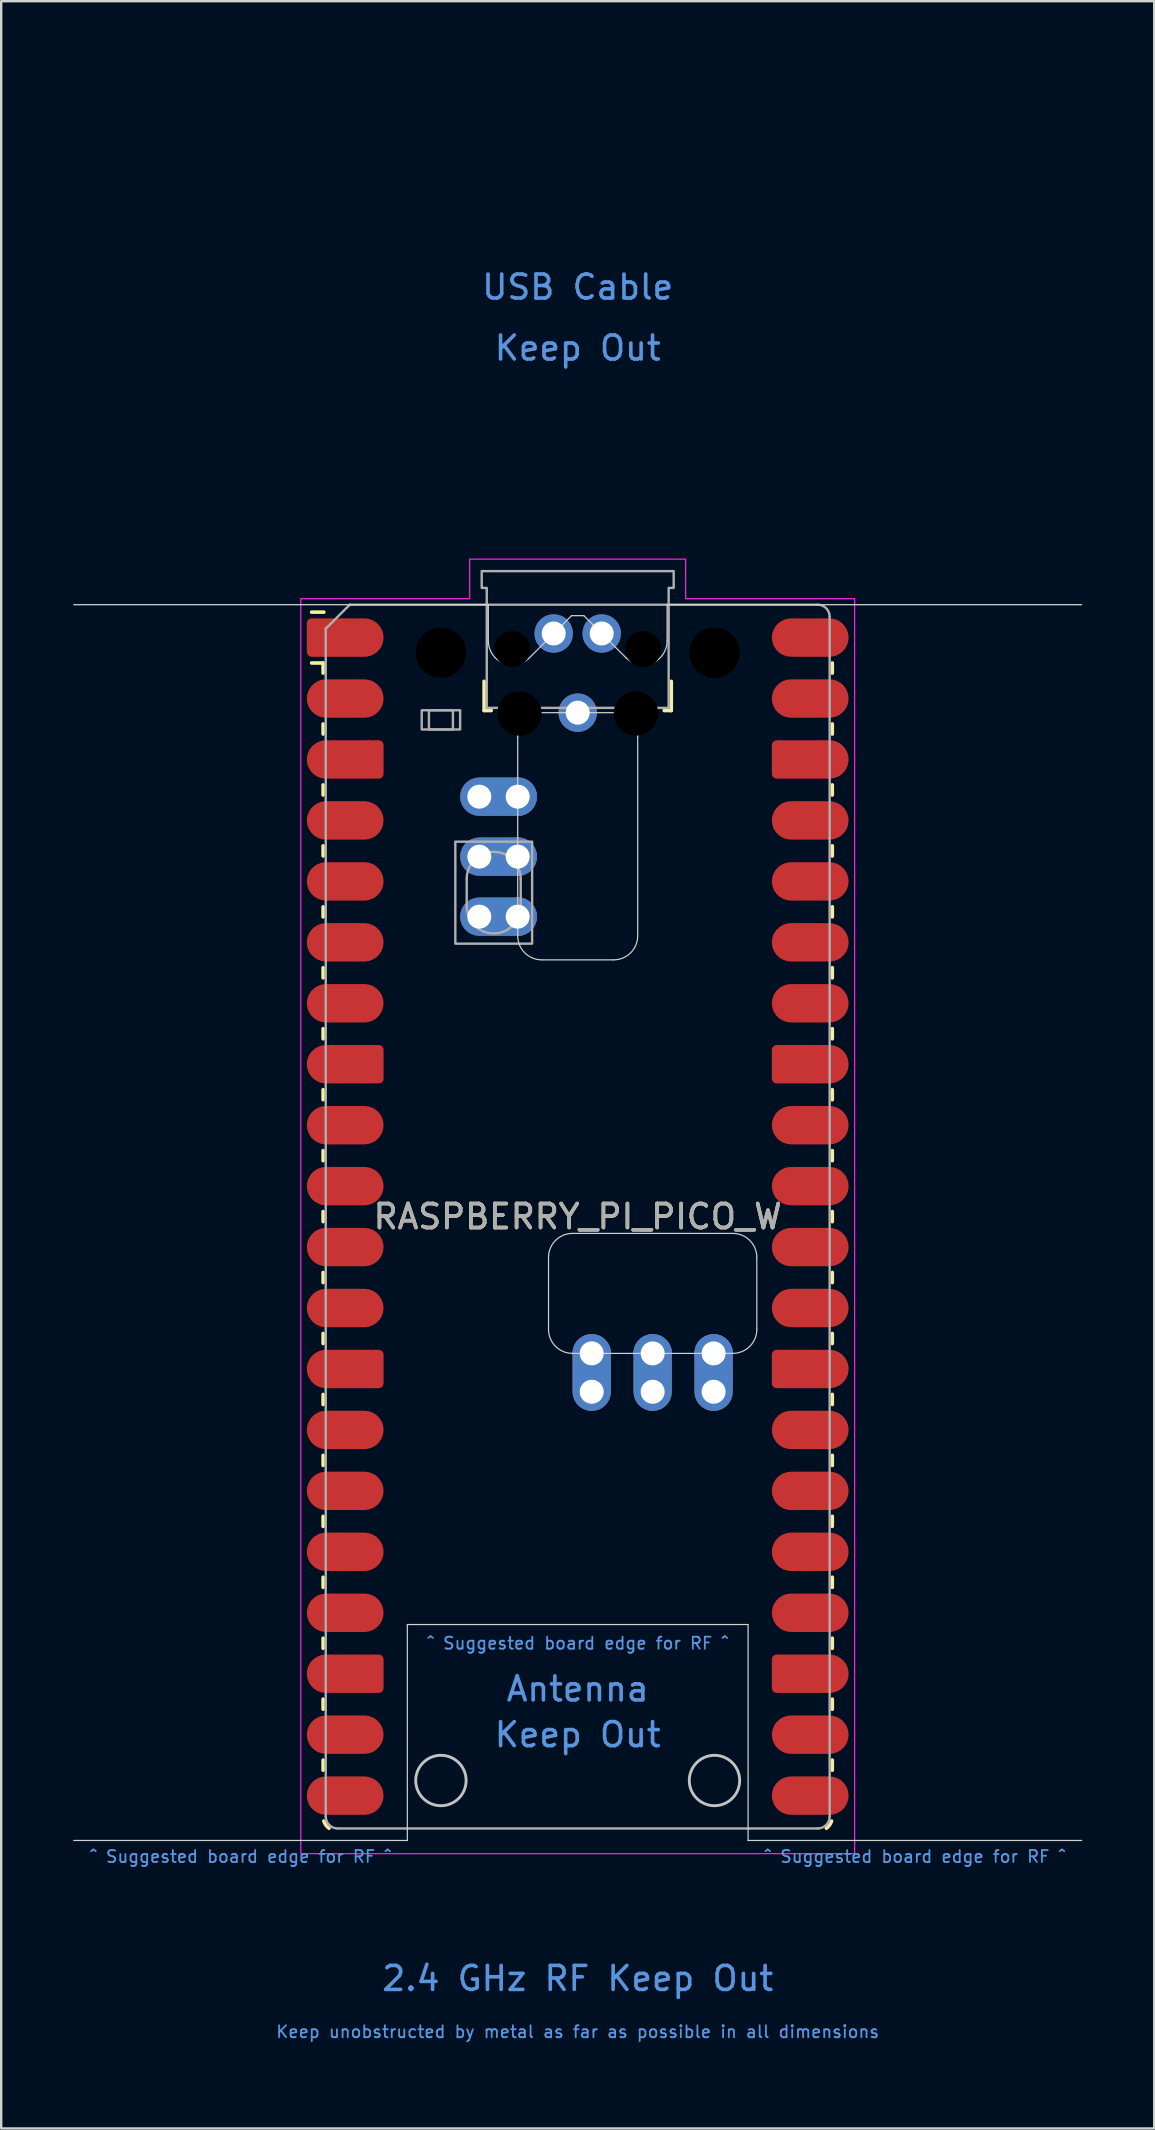
<source format=kicad_pcb>
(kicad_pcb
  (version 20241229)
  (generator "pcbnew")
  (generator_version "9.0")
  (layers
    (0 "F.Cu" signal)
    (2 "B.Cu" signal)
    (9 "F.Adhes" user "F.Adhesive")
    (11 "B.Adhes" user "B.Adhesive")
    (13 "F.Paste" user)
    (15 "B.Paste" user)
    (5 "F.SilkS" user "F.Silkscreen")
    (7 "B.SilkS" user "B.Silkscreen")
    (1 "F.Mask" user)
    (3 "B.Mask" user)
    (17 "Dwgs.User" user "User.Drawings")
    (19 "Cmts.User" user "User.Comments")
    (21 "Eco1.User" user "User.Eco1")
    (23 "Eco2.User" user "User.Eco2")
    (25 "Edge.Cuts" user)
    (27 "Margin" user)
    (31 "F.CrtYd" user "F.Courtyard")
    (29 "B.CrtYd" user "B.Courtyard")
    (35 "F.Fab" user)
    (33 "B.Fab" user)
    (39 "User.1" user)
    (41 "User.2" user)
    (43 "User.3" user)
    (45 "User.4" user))
  (footprint "RASPBERRY_PI_PICO_W"
    (layer "F.Cu")
    (at 21.025 47.65)
    (property "Reference" "RASPBERRY_PI_PICO_W" (at 0 0 0) (layer "F.SilkS") (effects (font (size 1 1) (thickness 0.15))))
    (attr smd)
    (fp_line (start -10.61 -23.07) (end -11.09 -23.07) (stroke (width 0.15) (type solid)) (layer "F.SilkS"))
    (fp_line (start -10.61 -23.07) (end -10.61 -22.65) (stroke (width 0.15) (type solid)) (layer "F.SilkS"))
    (fp_line (start -10.61 -20.53) (end -10.61 -20.11) (stroke (width 0.15) (type solid)) (layer "F.SilkS"))
    (fp_line (start -10.61 -17.99) (end -10.61 -17.57) (stroke (width 0.15) (type solid)) (layer "F.SilkS"))
    (fp_line (start -10.61 -15.45) (end -10.61 -15.03) (stroke (width 0.15) (type solid)) (layer "F.SilkS"))
    (fp_line (start -10.61 -12.91) (end -10.61 -12.49) (stroke (width 0.15) (type solid)) (layer "F.SilkS"))
    (fp_line (start -10.61 -10.37) (end -10.61 -9.95) (stroke (width 0.15) (type solid)) (layer "F.SilkS"))
    (fp_line (start -10.61 -7.83) (end -10.61 -7.41) (stroke (width 0.15) (type solid)) (layer "F.SilkS"))
    (fp_line (start -10.61 -5.29) (end -10.61 -4.87) (stroke (width 0.15) (type solid)) (layer "F.SilkS"))
    (fp_line (start -10.61 -2.75) (end -10.61 -2.33) (stroke (width 0.15) (type solid)) (layer "F.SilkS"))
    (fp_line (start -10.61 -0.21) (end -10.61 0.21) (stroke (width 0.15) (type solid)) (layer "F.SilkS"))
    (fp_line (start -10.61 2.33) (end -10.61 2.75) (stroke (width 0.15) (type solid)) (layer "F.SilkS"))
    (fp_line (start -10.61 4.87) (end -10.61 5.29) (stroke (width 0.15) (type solid)) (layer "F.SilkS"))
    (fp_line (start -10.61 7.41) (end -10.61 7.83) (stroke (width 0.15) (type solid)) (layer "F.SilkS"))
    (fp_line (start -10.61 9.95) (end -10.61 10.37) (stroke (width 0.15) (type solid)) (layer "F.SilkS"))
    (fp_line (start -10.61 12.49) (end -10.61 12.91) (stroke (width 0.15) (type solid)) (layer "F.SilkS"))
    (fp_line (start -10.61 15.03) (end -10.61 15.45) (stroke (width 0.15) (type solid)) (layer "F.SilkS"))
    (fp_line (start -10.61 17.57) (end -10.61 17.99) (stroke (width 0.15) (type solid)) (layer "F.SilkS"))
    (fp_line (start -10.61 20.11) (end -10.61 20.53) (stroke (width 0.15) (type solid)) (layer "F.SilkS"))
    (fp_line (start -10.61 22.65) (end -10.61 23.07) (stroke (width 0.15) (type solid)) (layer "F.SilkS"))
    (fp_line (start -10.58 -25.19) (end -11.09 -25.19) (stroke (width 0.15) (type solid)) (layer "F.SilkS"))
    (fp_line (start -3.9 -22.306) (end -3.9 -21.09) (stroke (width 0.15) (type solid)) (layer "F.SilkS"))
    (fp_line (start -3.9 -21.09) (end -3.604 -21.09) (stroke (width 0.15) (type solid)) (layer "F.SilkS"))
    (fp_line (start 3.604 -21.09) (end 3.9 -21.09) (stroke (width 0.15) (type solid)) (layer "F.SilkS"))
    (fp_line (start 3.9 -22.306) (end 3.9 -21.09) (stroke (width 0.15) (type solid)) (layer "F.SilkS"))
    (fp_line (start 10.61 -23.07) (end 10.61 -22.65) (stroke (width 0.15) (type solid)) (layer "F.SilkS"))
    (fp_line (start 10.61 -20.53) (end 10.61 -20.11) (stroke (width 0.15) (type solid)) (layer "F.SilkS"))
    (fp_line (start 10.61 -17.99) (end 10.61 -17.57) (stroke (width 0.15) (type solid)) (layer "F.SilkS"))
    (fp_line (start 10.61 -15.45) (end 10.61 -15.03) (stroke (width 0.15) (type solid)) (layer "F.SilkS"))
    (fp_line (start 10.61 -12.91) (end 10.61 -12.49) (stroke (width 0.15) (type solid)) (layer "F.SilkS"))
    (fp_line (start 10.61 -10.37) (end 10.61 -9.95) (stroke (width 0.15) (type solid)) (layer "F.SilkS"))
    (fp_line (start 10.61 -7.83) (end 10.61 -7.41) (stroke (width 0.15) (type solid)) (layer "F.SilkS"))
    (fp_line (start 10.61 -5.29) (end 10.61 -4.87) (stroke (width 0.15) (type solid)) (layer "F.SilkS"))
    (fp_line (start 10.61 -2.75) (end 10.61 -2.33) (stroke (width 0.15) (type solid)) (layer "F.SilkS"))
    (fp_line (start 10.61 -0.21) (end 10.61 0.21) (stroke (width 0.15) (type solid)) (layer "F.SilkS"))
    (fp_line (start 10.61 2.33) (end 10.61 2.75) (stroke (width 0.15) (type solid)) (layer "F.SilkS"))
    (fp_line (start 10.61 4.87) (end 10.61 5.29) (stroke (width 0.15) (type solid)) (layer "F.SilkS"))
    (fp_line (start 10.61 7.41) (end 10.61 7.83) (stroke (width 0.15) (type solid)) (layer "F.SilkS"))
    (fp_line (start 10.61 9.95) (end 10.61 10.37) (stroke (width 0.15) (type solid)) (layer "F.SilkS"))
    (fp_line (start 10.61 12.49) (end 10.61 12.91) (stroke (width 0.15) (type solid)) (layer "F.SilkS"))
    (fp_line (start 10.61 15.03) (end 10.61 15.45) (stroke (width 0.15) (type solid)) (layer "F.SilkS"))
    (fp_line (start 10.61 17.57) (end 10.61 17.99) (stroke (width 0.15) (type solid)) (layer "F.SilkS"))
    (fp_line (start 10.61 20.11) (end 10.61 20.53) (stroke (width 0.15) (type solid)) (layer "F.SilkS"))
    (fp_line (start 10.61 22.65) (end 10.61 23.07) (stroke (width 0.15) (type solid)) (layer "F.SilkS"))
    (fp_arc (start -10.363318 25.49) (mid -10.494791 25.356765) (end -10.579676 25.189937) (stroke (width 0.15) (type solid)) (layer "F.SilkS"))
    (fp_arc (start 10.579676 25.189937) (mid 10.494803 25.356773) (end 10.363318 25.49) (stroke (width 0.15) (type solid)) (layer "F.SilkS"))
    (fp_circle (center -5.7 23.5) (end -4.65 23.5) (stroke (width 0.12) (type solid)) (fill no) (layer "Dwgs.User"))
    (fp_circle (center 5.7 23.5) (end 6.75 23.5) (stroke (width 0.12) (type solid)) (fill no) (layer "Dwgs.User"))
    (fp_line (start -21 26) (end -7.1 26) (stroke (width 0.05) (type default)) (layer "Edge.Cuts"))
    (fp_line (start -7.1 17) (end 7.1 17) (stroke (width 0.05) (type default)) (layer "Edge.Cuts"))
    (fp_line (start -7.1 26) (end -7.1 17) (stroke (width 0.05) (type default)) (layer "Edge.Cuts"))
    (fp_line (start -3.725 -25.5) (end -21 -25.5) (stroke (width 0.05) (type default)) (layer "Edge.Cuts"))
    (fp_line (start -3.725 -23.989) (end -3.725 -25.5) (stroke (width 0.05) (type solid)) (layer "Edge.Cuts"))
    (fp_line (start -2.5 -20) (end -2.5 -11.7) (stroke (width 0.05) (type solid)) (layer "Edge.Cuts"))
    (fp_line (start -2.018 -23.282) (end -0.258 -25.042) (stroke (width 0.05) (type solid)) (layer "Edge.Cuts"))
    (fp_line (start -1.216 4.7) (end -1.216 1.7) (stroke (width 0.05) (type solid)) (layer "Edge.Cuts"))
    (fp_line (start -0.216 5.7) (end 6.464 5.7) (stroke (width 0.05) (type solid)) (layer "Edge.Cuts"))
    (fp_line (start 0.258 -25.042) (end -0.258 -25.042) (stroke (width 0.05) (type solid)) (layer "Edge.Cuts"))
    (fp_line (start 1.5 -21) (end -1.5 -21) (stroke (width 0.05) (type solid)) (layer "Edge.Cuts"))
    (fp_line (start 1.5 -10.7) (end -1.5 -10.7) (stroke (width 0.05) (type solid)) (layer "Edge.Cuts"))
    (fp_line (start 2.018 -23.282) (end 0.258 -25.042) (stroke (width 0.05) (type solid)) (layer "Edge.Cuts"))
    (fp_line (start 2.5 -11.7) (end 2.5 -20) (stroke (width 0.05) (type solid)) (layer "Edge.Cuts"))
    (fp_line (start 3.725 -25.5) (end 21 -25.5) (stroke (width 0.05) (type default)) (layer "Edge.Cuts"))
    (fp_line (start 3.725 -23.989) (end 3.725 -25.5) (stroke (width 0.05) (type solid)) (layer "Edge.Cuts"))
    (fp_line (start 6.464 0.7) (end -0.216 0.7) (stroke (width 0.05) (type solid)) (layer "Edge.Cuts"))
    (fp_line (start 7.1 17) (end 7.1 26) (stroke (width 0.05) (type default)) (layer "Edge.Cuts"))
    (fp_line (start 7.1 26) (end 21 26) (stroke (width 0.05) (type default)) (layer "Edge.Cuts"))
    (fp_line (start 7.464 1.7) (end 7.464 4.7) (stroke (width 0.05) (type solid)) (layer "Edge.Cuts"))
    (fp_arc (start -2.5 -20) (mid -2.207118 -20.707118) (end -1.5 -21) (stroke (width 0.05) (type solid)) (layer "Edge.Cuts"))
    (fp_arc (start -2.017893 -23.282106) (mid -3.10771 -23.065267) (end -3.725 -23.989213) (stroke (width 0.05) (type solid)) (layer "Edge.Cuts"))
    (fp_arc (start -1.5 -10.7) (mid -2.207109 -10.99289) (end -2.5 -11.7) (stroke (width 0.05) (type solid)) (layer "Edge.Cuts"))
    (fp_arc (start -1.2159 1.7) (mid -0.923007 0.992892) (end -0.2159 0.7) (stroke (width 0.05) (type solid)) (layer "Edge.Cuts"))
    (fp_arc (start -0.2159 5.7) (mid -0.923007 5.407107) (end -1.2159 4.7) (stroke (width 0.05) (type solid)) (layer "Edge.Cuts"))
    (fp_arc (start 1.5 -21) (mid 2.207107 -20.707107) (end 2.5 -20) (stroke (width 0.05) (type solid)) (layer "Edge.Cuts"))
    (fp_arc (start 2.5 -11.7) (mid 2.207095 -10.992904) (end 1.5 -10.7) (stroke (width 0.05) (type solid)) (layer "Edge.Cuts"))
    (fp_arc (start 3.725 -23.989213) (mid 3.107701 -23.06529) (end 2.017893 -23.282106) (stroke (width 0.05) (type solid)) (layer "Edge.Cuts"))
    (fp_arc (start 6.4641 0.7) (mid 7.171207 0.992893) (end 7.4641 1.7) (stroke (width 0.05) (type solid)) (layer "Edge.Cuts"))
    (fp_arc (start 7.4641 4.7) (mid 7.171207 5.407107) (end 6.4641 5.7) (stroke (width 0.05) (type solid)) (layer "Edge.Cuts"))
    (fp_poly (pts (xy -4.5 -27.4) (xy 4.5 -27.4) (xy 4.5 -25.75) (xy 11.54 -25.75) (xy 11.54 26.55) (xy -11.54 26.55) (xy -11.54 -25.75) (xy -4.5 -25.75)) (stroke (width 0.05) (type solid)) (fill no) (layer "F.CrtYd"))
    (fp_line (start -10.5 -24.5) (end -9.5 -25.5) (stroke (width 0.1) (type solid)) (layer "F.Fab"))
    (fp_line (start -10.5 25) (end -10.5 -24.5) (stroke (width 0.1) (type solid)) (layer "F.Fab"))
    (fp_line (start -9.5 -25.5) (end 10 -25.5) (stroke (width 0.1) (type solid)) (layer "F.Fab"))
    (fp_line (start -4.625 -14.075) (end -4.625 -12.925) (stroke (width 0.1) (type solid)) (layer "F.Fab"))
    (fp_line (start -2.375 -14.075) (end -2.375 -12.925) (stroke (width 0.1) (type solid)) (layer "F.Fab"))
    (fp_line (start 10 25.5) (end -10 25.5) (stroke (width 0.1) (type solid)) (layer "F.Fab"))
    (fp_line (start 10.5 -25) (end 10.5 25) (stroke (width 0.1) (type solid)) (layer "F.Fab"))
    (fp_rect (start -6.5 -21.1) (end -4.9 -20.3) (stroke (width 0.1) (type solid)) (fill no) (layer "F.Fab"))
    (fp_rect (start -6.2 -21.1) (end -5.2 -20.3) (stroke (width 0.1) (type solid)) (fill no) (layer "F.Fab"))
    (fp_rect (start -5.1 -15.625) (end -1.9 -11.375) (stroke (width 0.1) (type solid)) (fill no) (layer "F.Fab"))
    (fp_arc (start -10 25.5) (mid -10.353553 25.353553) (end -10.5 25) (stroke (width 0.1) (type solid)) (layer "F.Fab"))
    (fp_arc (start -4.625 -14.075) (mid -3.5 -15.2) (end -2.375 -14.075) (stroke (width 0.1) (type solid)) (layer "F.Fab"))
    (fp_arc (start -2.375 -12.925) (mid -3.5 -11.8) (end -4.625 -12.925) (stroke (width 0.1) (type solid)) (layer "F.Fab"))
    (fp_arc (start 10 -25.5) (mid 10.353553 -25.353553) (end 10.5 -25) (stroke (width 0.1) (type solid)) (layer "F.Fab"))
    (fp_arc (start 10.5 25) (mid 10.353553 25.353553) (end 10 25.5) (stroke (width 0.1) (type solid)) (layer "F.Fab"))
    (fp_poly (pts (xy 3.79 -21.2) (xy 3.79 -26.2) (xy 4 -26.2) (xy 4 -26.9) (xy -4 -26.9) (xy -4 -26.2) (xy -3.79 -26.2) (xy -3.79 -21.2)) (stroke (width 0.1) (type solid)) (fill no) (layer "F.Fab"))
    (fp_text user "^ Suggested board edge for RF ^" (at 14.05 26.67 0) (unlocked yes) (layer "Cmts.User") (effects (font (size 0.5 0.5) (thickness 0.075))))
    (fp_text user "2.4 GHz RF Keep Out" (at 0 31.75 0) (unlocked yes) (layer "Cmts.User") (effects (font (size 1 1) (thickness 0.15))))
    (fp_text user "^ Suggested board edge for RF ^" (at -14.05 26.67 0) (unlocked yes) (layer "Cmts.User") (effects (font (size 0.5 0.5) (thickness 0.075))))
    (fp_text user "Keep unobstructed by metal as far as possible in all dimensions" (at 0 33.972 0) (unlocked yes) (layer "Cmts.User") (effects (font (size 0.5 0.5) (thickness 0.075))))
    (fp_text user "Antenna" (at 0 19.685 0) (unlocked yes) (layer "Cmts.User") (effects (font (size 1 1) (thickness 0.15))))
    (fp_text user "USB Cable" (at 0 -38.735 0) (unlocked yes) (layer "Cmts.User") (effects (font (size 1 1) (thickness 0.15))))
    (fp_text user "Keep Out" (at 0 21.59 0) (unlocked yes) (layer "Cmts.User") (effects (font (size 1 1) (thickness 0.15))))
    (fp_text user "^ Suggested board edge for RF ^" (at 0 17.78 0) (unlocked yes) (layer "Cmts.User") (effects (font (size 0.5 0.5) (thickness 0.075))))
    (fp_text user "Keep Out" (at 0 -36.195 0) (unlocked yes) (layer "Cmts.User") (effects (font (size 1 1) (thickness 0.15))))
    (fp_text user "${REFERENCE}" (at 0 0 0) (layer "F.Fab") (effects (font (size 1 1) (thickness 0.15))))
    (pad "" np_thru_hole circle (at -5.7 -23.5) (size 3.8 3.8) (drill 2.1) (layers "*.Mask"))
    (pad "" np_thru_hole circle (at -2.725 -23.65) (size 1.5 1.5) (drill 1.5) (layers "*.Mask"))
    (pad "" np_thru_hole circle (at -2.425 -20.97) (size 1.85 1.85) (drill 1.85) (layers "*.Mask"))
    (pad "" np_thru_hole circle (at 2.425 -20.97) (size 1.85 1.85) (drill 1.85) (layers "*.Mask"))
    (pad "" np_thru_hole circle (at 2.725 -23.65) (size 1.5 1.5) (drill 1.5) (layers "*.Mask"))
    (pad "" np_thru_hole circle (at 5.7 -23.5) (size 3.8 3.8) (drill 2.1) (layers "*.Mask"))
    (pad "1" smd custom (at -8.89 -24.13) (size 1.6 1.6) (layers "F.Cu" "F.Mask" "F.Paste") (options (anchor circle)) (primitives (gr_poly (pts (xy -2.4 0.6) (xy -2.4 -0.6) (xy -2.2 -0.8) (xy 0 -0.8) (xy 0 0.8) (xy -2.2 0.8)) (width 0) (fill yes)) (gr_circle (center -2.2 0.6) (end -2 0.6) (width 0) (fill yes)) (gr_circle (center -2.2 -0.6) (end -2 -0.6) (width 0) (fill yes))))
    (pad "2" smd roundrect (at -8.89 -21.59) (size 3.2 1.6) (drill (offset -0.8 0)) (layers "F.Cu" "F.Mask" "F.Paste") (roundrect_rratio 0.5))
    (pad "3" smd custom (at -8.89 -19.05) (size 1.6 1.6) (layers "F.Cu" "F.Mask" "F.Paste") (options (anchor circle)) (primitives (gr_poly (pts (xy 0.8 -0.6) (xy 0.8 0.6) (xy 0.6 0.8) (xy -1.6 0.8) (xy -1.6 -0.8) (xy 0.6 -0.8)) (width 0) (fill yes)) (gr_circle (center 0.6 0.6) (end 0.8 0.6) (width 0) (fill yes)) (gr_circle (center 0.6 -0.6) (end 0.8 -0.6) (width 0) (fill yes)) (gr_circle (center -1.6 0) (end -0.8 0) (width 0) (fill yes))))
    (pad "4" smd roundrect (at -8.89 -16.51) (size 3.2 1.6) (drill (offset -0.8 0)) (layers "F.Cu" "F.Mask" "F.Paste") (roundrect_rratio 0.5))
    (pad "5" smd roundrect (at -8.89 -13.97) (size 3.2 1.6) (drill (offset -0.8 0)) (layers "F.Cu" "F.Mask" "F.Paste") (roundrect_rratio 0.5))
    (pad "6" smd roundrect (at -8.89 -11.43) (size 3.2 1.6) (drill (offset -0.8 0)) (layers "F.Cu" "F.Mask" "F.Paste") (roundrect_rratio 0.5))
    (pad "7" smd roundrect (at -8.89 -8.89) (size 3.2 1.6) (drill (offset -0.8 0)) (layers "F.Cu" "F.Mask" "F.Paste") (roundrect_rratio 0.5))
    (pad "8" smd custom (at -8.89 -6.35) (size 1.6 1.6) (layers "F.Cu" "F.Mask" "F.Paste") (options (anchor circle)) (primitives (gr_poly (pts (xy 0.8 -0.6) (xy 0.8 0.6) (xy 0.6 0.8) (xy -1.6 0.8) (xy -1.6 -0.8) (xy 0.6 -0.8)) (width 0) (fill yes)) (gr_circle (center 0.6 0.6) (end 0.8 0.6) (width 0) (fill yes)) (gr_circle (center 0.6 -0.6) (end 0.8 -0.6) (width 0) (fill yes)) (gr_circle (center -1.6 0) (end -0.8 0) (width 0) (fill yes))))
    (pad "9" smd roundrect (at -8.89 -3.81) (size 3.2 1.6) (drill (offset -0.8 0)) (layers "F.Cu" "F.Mask" "F.Paste") (roundrect_rratio 0.5))
    (pad "10" smd roundrect (at -8.89 -1.27) (size 3.2 1.6) (drill (offset -0.8 0)) (layers "F.Cu" "F.Mask" "F.Paste") (roundrect_rratio 0.5))
    (pad "11" smd roundrect (at -8.89 1.27) (size 3.2 1.6) (drill (offset -0.8 0)) (layers "F.Cu" "F.Mask" "F.Paste") (roundrect_rratio 0.5))
    (pad "12" smd roundrect (at -8.89 3.81) (size 3.2 1.6) (drill (offset -0.8 0)) (layers "F.Cu" "F.Mask" "F.Paste") (roundrect_rratio 0.5))
    (pad "13" smd custom (at -8.89 6.35) (size 1.6 1.6) (layers "F.Cu" "F.Mask" "F.Paste") (options (anchor circle)) (primitives (gr_poly (pts (xy 0.8 -0.6) (xy 0.8 0.6) (xy 0.6 0.8) (xy -1.6 0.8) (xy -1.6 -0.8) (xy 0.6 -0.8)) (width 0) (fill yes)) (gr_circle (center 0.6 0.6) (end 0.8 0.6) (width 0) (fill yes)) (gr_circle (center 0.6 -0.6) (end 0.8 -0.6) (width 0) (fill yes)) (gr_circle (center -1.6 0) (end -0.8 0) (width 0) (fill yes))))
    (pad "14" smd roundrect (at -8.89 8.89) (size 3.2 1.6) (drill (offset -0.8 0)) (layers "F.Cu" "F.Mask" "F.Paste") (roundrect_rratio 0.5))
    (pad "15" smd roundrect (at -8.89 11.43) (size 3.2 1.6) (drill (offset -0.8 0)) (layers "F.Cu" "F.Mask" "F.Paste") (roundrect_rratio 0.5))
    (pad "16" smd roundrect (at -8.89 13.97) (size 3.2 1.6) (drill (offset -0.8 0)) (layers "F.Cu" "F.Mask" "F.Paste") (roundrect_rratio 0.5))
    (pad "17" smd roundrect (at -8.89 16.51) (size 3.2 1.6) (drill (offset -0.8 0)) (layers "F.Cu" "F.Mask" "F.Paste") (roundrect_rratio 0.5))
    (pad "18" smd custom (at -8.89 19.05) (size 1.6 1.6) (layers "F.Cu" "F.Mask" "F.Paste") (options (anchor circle)) (primitives (gr_poly (pts (xy 0.8 -0.6) (xy 0.8 0.6) (xy 0.6 0.8) (xy -1.6 0.8) (xy -1.6 -0.8) (xy 0.6 -0.8)) (width 0) (fill yes)) (gr_circle (center 0.6 0.6) (end 0.8 0.6) (width 0) (fill yes)) (gr_circle (center 0.6 -0.6) (end 0.8 -0.6) (width 0) (fill yes)) (gr_circle (center -1.6 0) (end -0.8 0) (width 0) (fill yes))))
    (pad "19" smd roundrect (at -8.89 21.59) (size 3.2 1.6) (drill (offset -0.8 0)) (layers "F.Cu" "F.Mask" "F.Paste") (roundrect_rratio 0.5))
    (pad "20" smd roundrect (at -8.89 24.13) (size 3.2 1.6) (drill (offset -0.8 0)) (layers "F.Cu" "F.Mask" "F.Paste") (roundrect_rratio 0.5))
    (pad "21" smd roundrect (at 8.89 24.13) (size 3.2 1.6) (drill (offset 0.8 0)) (layers "F.Cu" "F.Mask" "F.Paste") (roundrect_rratio 0.5))
    (pad "22" smd roundrect (at 8.89 21.59) (size 3.2 1.6) (drill (offset 0.8 0)) (layers "F.Cu" "F.Mask" "F.Paste") (roundrect_rratio 0.5))
    (pad "23" smd custom (at 8.89 19.05) (size 1.6 1.6) (layers "F.Cu" "F.Mask" "F.Paste") (options (anchor circle)) (primitives (gr_poly (pts (xy -0.8 -0.6) (xy -0.8 0.6) (xy -0.6 0.8) (xy 1.6 0.8) (xy 1.6 -0.8) (xy -0.6 -0.8)) (width 0) (fill yes)) (gr_circle (center -0.6 0.6) (end -0.4 0.6) (width 0) (fill yes)) (gr_circle (center -0.6 -0.6) (end -0.4 -0.6) (width 0) (fill yes)) (gr_circle (center 1.6 0) (end 2.4 0) (width 0) (fill yes))))
    (pad "24" smd roundrect (at 8.89 16.51) (size 3.2 1.6) (drill (offset 0.8 0)) (layers "F.Cu" "F.Mask" "F.Paste") (roundrect_rratio 0.5))
    (pad "25" smd roundrect (at 8.89 13.97) (size 3.2 1.6) (drill (offset 0.8 0)) (layers "F.Cu" "F.Mask" "F.Paste") (roundrect_rratio 0.5))
    (pad "26" smd roundrect (at 8.89 11.43) (size 3.2 1.6) (drill (offset 0.8 0)) (layers "F.Cu" "F.Mask" "F.Paste") (roundrect_rratio 0.5))
    (pad "27" smd roundrect (at 8.89 8.89) (size 3.2 1.6) (drill (offset 0.8 0)) (layers "F.Cu" "F.Mask" "F.Paste") (roundrect_rratio 0.5))
    (pad "28" smd custom (at 8.89 6.35) (size 1.6 1.6) (layers "F.Cu" "F.Mask" "F.Paste") (options (anchor circle)) (primitives (gr_poly (pts (xy -0.8 -0.6) (xy -0.8 0.6) (xy -0.6 0.8) (xy 1.6 0.8) (xy 1.6 -0.8) (xy -0.6 -0.8)) (width 0) (fill yes)) (gr_circle (center -0.6 0.6) (end -0.4 0.6) (width 0) (fill yes)) (gr_circle (center -0.6 -0.6) (end -0.4 -0.6) (width 0) (fill yes)) (gr_circle (center 1.6 0) (end 2.4 0) (width 0) (fill yes))))
    (pad "29" smd roundrect (at 8.89 3.81) (size 3.2 1.6) (drill (offset 0.8 0)) (layers "F.Cu" "F.Mask" "F.Paste") (roundrect_rratio 0.5))
    (pad "30" smd roundrect (at 8.89 1.27) (size 3.2 1.6) (drill (offset 0.8 0)) (layers "F.Cu" "F.Mask" "F.Paste") (roundrect_rratio 0.5))
    (pad "31" smd roundrect (at 8.89 -1.27) (size 3.2 1.6) (drill (offset 0.8 0)) (layers "F.Cu" "F.Mask" "F.Paste") (roundrect_rratio 0.5))
    (pad "32" smd roundrect (at 8.89 -3.81) (size 3.2 1.6) (drill (offset 0.8 0)) (layers "F.Cu" "F.Mask" "F.Paste") (roundrect_rratio 0.5))
    (pad "33" smd custom (at 8.89 -6.35) (size 1.6 1.6) (layers "F.Cu" "F.Mask" "F.Paste") (options (anchor circle)) (primitives (gr_poly (pts (xy -0.8 -0.6) (xy -0.8 0.6) (xy -0.6 0.8) (xy 1.6 0.8) (xy 1.6 -0.8) (xy -0.6 -0.8)) (width 0) (fill yes)) (gr_circle (center -0.6 0.6) (end -0.4 0.6) (width 0) (fill yes)) (gr_circle (center -0.6 -0.6) (end -0.4 -0.6) (width 0) (fill yes)) (gr_circle (center 1.6 0) (end 2.4 0) (width 0) (fill yes))))
    (pad "34" smd roundrect (at 8.89 -8.89) (size 3.2 1.6) (drill (offset 0.8 0)) (layers "F.Cu" "F.Mask" "F.Paste") (roundrect_rratio 0.5))
    (pad "35" smd roundrect (at 8.89 -11.43) (size 3.2 1.6) (drill (offset 0.8 0)) (layers "F.Cu" "F.Mask" "F.Paste") (roundrect_rratio 0.5))
    (pad "36" smd roundrect (at 8.89 -13.97) (size 3.2 1.6) (drill (offset 0.8 0)) (layers "F.Cu" "F.Mask" "F.Paste") (roundrect_rratio 0.5))
    (pad "37" smd roundrect (at 8.89 -16.51) (size 3.2 1.6) (drill (offset 0.8 0)) (layers "F.Cu" "F.Mask" "F.Paste") (roundrect_rratio 0.5))
    (pad "38" smd custom (at 8.89 -19.05) (size 1.6 1.6) (layers "F.Cu" "F.Mask" "F.Paste") (options (anchor circle)) (primitives (gr_poly (pts (xy -0.8 -0.6) (xy -0.8 0.6) (xy -0.6 0.8) (xy 1.6 0.8) (xy 1.6 -0.8) (xy -0.6 -0.8)) (width 0) (fill yes)) (gr_circle (center -0.6 0.6) (end -0.4 0.6) (width 0) (fill yes)) (gr_circle (center -0.6 -0.6) (end -0.4 -0.6) (width 0) (fill yes)) (gr_circle (center 1.6 0) (end 2.4 0) (width 0) (fill yes))))
    (pad "39" smd roundrect (at 8.89 -21.59) (size 3.2 1.6) (drill (offset 0.8 0)) (layers "F.Cu" "F.Mask" "F.Paste") (roundrect_rratio 0.5))
    (pad "40" smd roundrect (at 8.89 -24.13) (size 3.2 1.6) (drill (offset 0.8 0)) (layers "F.Cu" "F.Mask" "F.Paste") (roundrect_rratio 0.5))
    (pad "D1" thru_hole circle (at 0.584 5.7) (size 1.6 1.6) (drill 1) (property pad_prop_castellated) (layers "*.Cu" "*.Mask"))
    (pad "D1" thru_hole roundrect (at 0.584 7.3) (size 1.6 3.2) (drill 1 (offset 0 -0.8)) (property pad_prop_castellated) (layers "*.Cu" "*.Mask") (roundrect_rratio 0.5))
    (pad "D2" thru_hole circle (at 3.124 5.7) (size 1.6 1.6) (drill 1) (property pad_prop_castellated) (layers "*.Cu" "*.Mask"))
    (pad "D2" thru_hole roundrect (at 3.124 7.3) (size 1.6 3.2) (drill 1 (offset 0 -0.8)) (property pad_prop_castellated) (layers "*.Cu" "*.Mask") (roundrect_rratio 0.5))
    (pad "D3" thru_hole circle (at 5.664 5.7) (size 1.6 1.6) (drill 1) (property pad_prop_castellated) (layers "*.Cu" "*.Mask"))
    (pad "D3" thru_hole roundrect (at 5.664 7.3) (size 1.6 3.2) (drill 1 (offset 0 -0.8)) (property pad_prop_castellated) (layers "*.Cu" "*.Mask") (roundrect_rratio 0.5))
    (pad "TP1" thru_hole circle (at 0 -21) (size 1.6 1.6) (drill 1) (property pad_prop_castellated) (layers "*.Cu" "*.Mask"))
    (pad "TP2" thru_hole circle (at 1 -24.3) (size 1.6 1.6) (drill 1) (property pad_prop_castellated) (layers "*.Cu" "*.Mask"))
    (pad "TP3" thru_hole circle (at -1 -24.3) (size 1.6 1.6) (drill 1) (property pad_prop_castellated) (layers "*.Cu" "*.Mask"))
    (pad "TP4" thru_hole roundrect (at -4.1 -17.5) (size 3.2 1.6) (drill 1 (offset 0.8 0)) (property pad_prop_castellated) (layers "*.Cu" "*.Mask") (roundrect_rratio 0.5))
    (pad "TP4" thru_hole circle (at -2.5 -17.5) (size 1.6 1.6) (drill 1) (property pad_prop_castellated) (layers "*.Cu" "*.Mask"))
    (pad "TP5" thru_hole roundrect (at -4.1 -15) (size 3.2 1.6) (drill 1 (offset 0.8 0)) (property pad_prop_castellated) (layers "*.Cu" "*.Mask") (roundrect_rratio 0.5))
    (pad "TP5" thru_hole circle (at -2.5 -15) (size 1.6 1.6) (drill 1) (property pad_prop_castellated) (layers "*.Cu" "*.Mask"))
    (pad "TP6" thru_hole roundrect (at -4.1 -12.5) (size 3.2 1.6) (drill 1 (offset 0.8 0)) (property pad_prop_castellated) (layers "*.Cu" "*.Mask") (roundrect_rratio 0.5))
    (pad "TP6" thru_hole circle (at -2.5 -12.5) (size 1.6 1.6) (drill 1) (property pad_prop_castellated) (layers "*.Cu" "*.Mask"))
    (zone (net_name "") (layers "F.Cu" "B.Cu" "F.Paste" "B.Paste") (name "RF Copper Keep Out") (hatch full 0.5) (connect_pads) (min_thickness 0.254) (filled_areas_thickness no) (keepout (tracks not_allowed) (vias not_allowed) (pads not_allowed) (copperpour not_allowed) (footprints not_allowed)) (placement (enabled no)) (fill) (polygon (pts (xy 0.025 72.65) (xy 42.025 72.65) (xy 42.025 82.65) (xy 0.025 82.65))))
    (zone (net_name "") (layers "F.Cu" "B.Cu" "F.Paste" "B.Paste") (name "Antenna Copper Keep Out") (hatch full 0.5) (connect_pads) (min_thickness 0.254) (filled_areas_thickness no) (keepout (tracks not_allowed) (vias not_allowed) (pads not_allowed) (copperpour not_allowed) (footprints not_allowed)) (placement (enabled no)) (fill) (polygon (pts (xy 18.625 72.64) (xy 13.925 68.99) (xy 13.925 64.65) (xy 28.125 64.65) (xy 28.125 68.99) (xy 23.425 72.64) (xy 23.425 72.65) (xy 18.625 72.65))))
    (zone (net_name "") (layer "Edge.Cuts") (name "Board Keep Out USB Cable") (hatch edge 0.5) (connect_pads) (min_thickness 0.254) (filled_areas_thickness no) (keepout (tracks allowed) (vias allowed) (pads allowed) (copperpour allowed) (footprints allowed)) (placement (enabled no)) (fill) (polygon (pts (xy 14.825 0) (xy 27.225 0) (xy 27.225 20.4) (xy 14.825 20.4))))
    (zone (net_name "") (layer "Edge.Cuts") (name "Board Keep Out Suggestion RF") (hatch edge 0.5) (connect_pads) (min_thickness 0.254) (filled_areas_thickness no) (keepout (tracks allowed) (vias allowed) (pads allowed) (copperpour allowed) (footprints allowed)) (placement (enabled no)) (fill) (polygon (pts (xy 28.125 73.65) (xy 42.025 73.65) (xy 42.025 82.65) (xy 0.025 82.65) (xy 0.025 73.65) (xy 13.925 73.65) (xy 13.925 64.65) (xy 28.125 64.65))))
    (zone (net_name "") (layer "Edge.Cuts") (name "Board Keep Out Castellated TP") (hatch edge 0.5) (connect_pads) (min_thickness 0.254) (filled_areas_thickness no) (keepout (tracks allowed) (vias allowed) (pads allowed) (copperpour allowed) (footprints allowed)) (placement (enabled no)) (fill) (polygon (pts (arc (start 22.525 36.95) (mid 23.232107 36.657107) (end 23.525 35.95)) (arc (start 23.525 27.65) (mid 23.232107 26.942893) (end 22.525 26.65)) (arc (start 19.525 26.65) (mid 18.817893 26.942893) (end 18.525 27.65)) (arc (start 18.525 35.95) (mid 18.817896 36.657104) (end 19.525 36.95)))))
    (zone (net_name "") (layer "Edge.Cuts") (name "Board Keep Out Castellated Debug") (hatch edge 0.5) (connect_pads) (min_thickness 0.254) (filled_areas_thickness no) (keepout (tracks allowed) (vias allowed) (pads allowed) (copperpour allowed) (footprints allowed)) (placement (enabled no)) (fill) (polygon (pts (arc (start 28.4891 52.35) (mid 28.196204 53.057104) (end 27.4891 53.35)) (arc (start 20.8091 53.35) (mid 20.101993 53.057107) (end 19.8091 52.35)) (arc (start 19.8091 49.35) (mid 20.101996 48.642896) (end 20.8091 48.35)) (arc (start 27.4891 48.35) (mid 28.196207 48.642893) (end 28.4891 49.35)))))
    (zone (net_name "") (layer "Edge.Cuts") (name "Board Keep Out Castellated USB") (hatch edge 0.5) (connect_pads) (min_thickness 0.25) (filled_areas_thickness no) (keepout (tracks allowed) (vias allowed) (pads allowed) (copperpour allowed) (footprints allowed)) (placement (enabled no)) (fill) (polygon (pts (arc (start 18.3 20.607538) (mid 17.592893 20.900431) (end 17.3 21.607538)) (arc (start 17.3 23.660787) (mid 17.917312 24.584679) (end 19.007107 24.367894)) (xy 20.767 22.608) (xy 21.283 22.608) (arc (start 23.042893 24.367894) (mid 24.132688 24.584679) (end 24.75 23.660787)) (arc (start 24.75 21.607538) (mid 24.457107 20.900431) (end 23.75 20.607538)))))
    (zone (net_name "") (layer "F.CrtYd") (name "USB Cable Keep Out") (hatch full 0.5) (connect_pads) (min_thickness 0.254) (filled_areas_thickness no) (keepout (tracks allowed) (vias allowed) (pads allowed) (copperpour allowed) (footprints not_allowed)) (placement (enabled no)) (fill) (polygon (pts (xy 15.275 19.95) (xy 17.085 19.95) (xy 17.085 20.25) (xy 24.965 20.25) (xy 24.965 19.95) (xy 26.775 19.95) (xy 26.775 0.45) (xy 15.275 0.45)))))
  (gr_rect
    (start -3 -3)
    (end 45.05 85.65)
    (stroke (width 0.1) (type default))
    (fill no)
    (layer "Edge.Cuts")))
</source>
